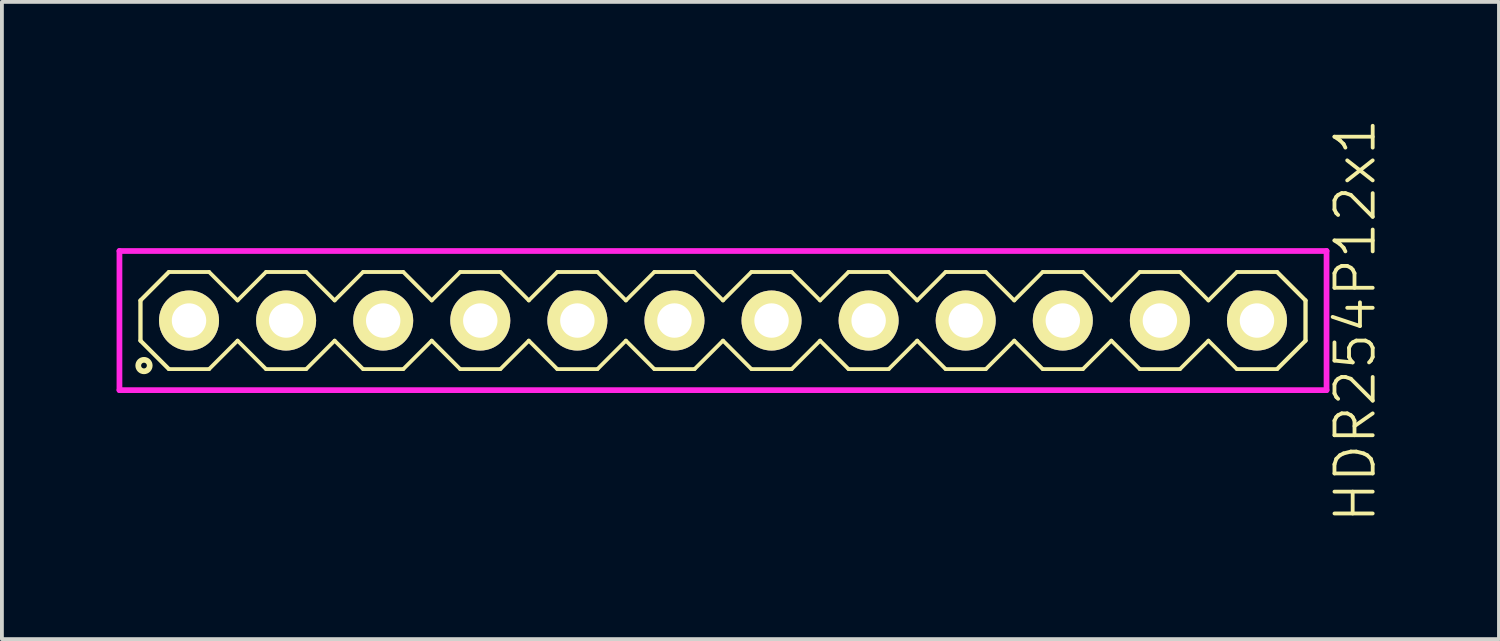
<source format=kicad_pcb>
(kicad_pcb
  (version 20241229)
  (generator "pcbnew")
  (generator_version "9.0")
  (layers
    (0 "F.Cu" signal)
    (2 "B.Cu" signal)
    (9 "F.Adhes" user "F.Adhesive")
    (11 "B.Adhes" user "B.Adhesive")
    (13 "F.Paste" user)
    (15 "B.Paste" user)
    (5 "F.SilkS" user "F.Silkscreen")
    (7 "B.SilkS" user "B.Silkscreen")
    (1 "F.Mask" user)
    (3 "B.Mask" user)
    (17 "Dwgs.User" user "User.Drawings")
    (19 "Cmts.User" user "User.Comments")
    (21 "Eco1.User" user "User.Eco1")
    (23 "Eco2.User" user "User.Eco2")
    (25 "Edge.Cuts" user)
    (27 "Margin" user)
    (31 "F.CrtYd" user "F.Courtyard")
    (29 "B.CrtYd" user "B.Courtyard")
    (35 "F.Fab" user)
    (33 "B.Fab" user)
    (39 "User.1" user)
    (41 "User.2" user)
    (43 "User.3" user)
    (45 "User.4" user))
  (footprint "HDR254P12x1"
    (layer "F.Cu")
    (at 15.865 5.336)
    (property "Reference" "HDR254P12x1" (at 16.54 0 90) (layer "F.SilkS") (effects (font (size 1 1) (thickness 0.1))))
    (attr through_hole)
    (fp_line (start -15.24 -0.526) (end -14.496 -1.27) (stroke (width 0.1) (type solid)) (layer "F.SilkS"))
    (fp_line (start -15.24 -0.526) (end -14.496 -1.27) (stroke (width 0.1) (type solid)) (layer "F.SilkS"))
    (fp_line (start -15.24 0.526) (end -15.24 -0.526) (stroke (width 0.1) (type solid)) (layer "F.SilkS"))
    (fp_line (start -15.24 0.526) (end -15.24 -0.526) (stroke (width 0.1) (type solid)) (layer "F.SilkS"))
    (fp_line (start -14.496 -1.27) (end -13.444 -1.27) (stroke (width 0.1) (type solid)) (layer "F.SilkS"))
    (fp_line (start -14.496 1.27) (end -15.24 0.526) (stroke (width 0.1) (type solid)) (layer "F.SilkS"))
    (fp_line (start -14.496 1.27) (end -15.24 0.526) (stroke (width 0.1) (type solid)) (layer "F.SilkS"))
    (fp_line (start -13.444 -1.27) (end -12.7 -0.526) (stroke (width 0.1) (type solid)) (layer "F.SilkS"))
    (fp_line (start -13.444 1.27) (end -14.496 1.27) (stroke (width 0.1) (type solid)) (layer "F.SilkS"))
    (fp_line (start -12.7 -0.526) (end -11.956 -1.27) (stroke (width 0.1) (type solid)) (layer "F.SilkS"))
    (fp_line (start -12.7 0.526) (end -13.444 1.27) (stroke (width 0.1) (type solid)) (layer "F.SilkS"))
    (fp_line (start -11.956 -1.27) (end -10.904 -1.27) (stroke (width 0.1) (type solid)) (layer "F.SilkS"))
    (fp_line (start -11.956 1.27) (end -12.7 0.526) (stroke (width 0.1) (type solid)) (layer "F.SilkS"))
    (fp_line (start -10.904 -1.27) (end -10.16 -0.526) (stroke (width 0.1) (type solid)) (layer "F.SilkS"))
    (fp_line (start -10.904 1.27) (end -11.956 1.27) (stroke (width 0.1) (type solid)) (layer "F.SilkS"))
    (fp_line (start -10.16 -0.526) (end -9.416 -1.27) (stroke (width 0.1) (type solid)) (layer "F.SilkS"))
    (fp_line (start -10.16 0.526) (end -10.904 1.27) (stroke (width 0.1) (type solid)) (layer "F.SilkS"))
    (fp_line (start -9.416 -1.27) (end -8.364 -1.27) (stroke (width 0.1) (type solid)) (layer "F.SilkS"))
    (fp_line (start -9.416 1.27) (end -10.16 0.526) (stroke (width 0.1) (type solid)) (layer "F.SilkS"))
    (fp_line (start -8.364 -1.27) (end -7.62 -0.526) (stroke (width 0.1) (type solid)) (layer "F.SilkS"))
    (fp_line (start -8.364 1.27) (end -9.416 1.27) (stroke (width 0.1) (type solid)) (layer "F.SilkS"))
    (fp_line (start -7.62 -0.526) (end -6.876 -1.27) (stroke (width 0.1) (type solid)) (layer "F.SilkS"))
    (fp_line (start -7.62 0.526) (end -8.364 1.27) (stroke (width 0.1) (type solid)) (layer "F.SilkS"))
    (fp_line (start -6.876 -1.27) (end -5.824 -1.27) (stroke (width 0.1) (type solid)) (layer "F.SilkS"))
    (fp_line (start -6.876 1.27) (end -7.62 0.526) (stroke (width 0.1) (type solid)) (layer "F.SilkS"))
    (fp_line (start -5.824 -1.27) (end -5.08 -0.526) (stroke (width 0.1) (type solid)) (layer "F.SilkS"))
    (fp_line (start -5.824 1.27) (end -6.876 1.27) (stroke (width 0.1) (type solid)) (layer "F.SilkS"))
    (fp_line (start -5.08 -0.526) (end -4.336 -1.27) (stroke (width 0.1) (type solid)) (layer "F.SilkS"))
    (fp_line (start -5.08 0.526) (end -5.824 1.27) (stroke (width 0.1) (type solid)) (layer "F.SilkS"))
    (fp_line (start -4.336 -1.27) (end -3.284 -1.27) (stroke (width 0.1) (type solid)) (layer "F.SilkS"))
    (fp_line (start -4.336 1.27) (end -5.08 0.526) (stroke (width 0.1) (type solid)) (layer "F.SilkS"))
    (fp_line (start -3.284 -1.27) (end -2.54 -0.526) (stroke (width 0.1) (type solid)) (layer "F.SilkS"))
    (fp_line (start -3.284 1.27) (end -4.336 1.27) (stroke (width 0.1) (type solid)) (layer "F.SilkS"))
    (fp_line (start -2.54 -0.526) (end -1.796 -1.27) (stroke (width 0.1) (type solid)) (layer "F.SilkS"))
    (fp_line (start -2.54 0.526) (end -3.284 1.27) (stroke (width 0.1) (type solid)) (layer "F.SilkS"))
    (fp_line (start -1.796 -1.27) (end -0.744 -1.27) (stroke (width 0.1) (type solid)) (layer "F.SilkS"))
    (fp_line (start -1.796 1.27) (end -2.54 0.526) (stroke (width 0.1) (type solid)) (layer "F.SilkS"))
    (fp_line (start -0.744 -1.27) (end 0 -0.526) (stroke (width 0.1) (type solid)) (layer "F.SilkS"))
    (fp_line (start -0.744 1.27) (end -1.796 1.27) (stroke (width 0.1) (type solid)) (layer "F.SilkS"))
    (fp_line (start 0 -0.526) (end 0.744 -1.27) (stroke (width 0.1) (type solid)) (layer "F.SilkS"))
    (fp_line (start 0 0.526) (end -0.744 1.27) (stroke (width 0.1) (type solid)) (layer "F.SilkS"))
    (fp_line (start 0.744 -1.27) (end 1.796 -1.27) (stroke (width 0.1) (type solid)) (layer "F.SilkS"))
    (fp_line (start 0.744 1.27) (end 0 0.526) (stroke (width 0.1) (type solid)) (layer "F.SilkS"))
    (fp_line (start 1.796 -1.27) (end 2.54 -0.526) (stroke (width 0.1) (type solid)) (layer "F.SilkS"))
    (fp_line (start 1.796 1.27) (end 0.744 1.27) (stroke (width 0.1) (type solid)) (layer "F.SilkS"))
    (fp_line (start 2.54 -0.526) (end 3.284 -1.27) (stroke (width 0.1) (type solid)) (layer "F.SilkS"))
    (fp_line (start 2.54 0.526) (end 1.796 1.27) (stroke (width 0.1) (type solid)) (layer "F.SilkS"))
    (fp_line (start 3.284 -1.27) (end 4.336 -1.27) (stroke (width 0.1) (type solid)) (layer "F.SilkS"))
    (fp_line (start 3.284 1.27) (end 2.54 0.526) (stroke (width 0.1) (type solid)) (layer "F.SilkS"))
    (fp_line (start 4.336 -1.27) (end 5.08 -0.526) (stroke (width 0.1) (type solid)) (layer "F.SilkS"))
    (fp_line (start 4.336 1.27) (end 3.284 1.27) (stroke (width 0.1) (type solid)) (layer "F.SilkS"))
    (fp_line (start 5.08 -0.526) (end 5.824 -1.27) (stroke (width 0.1) (type solid)) (layer "F.SilkS"))
    (fp_line (start 5.08 0.526) (end 4.336 1.27) (stroke (width 0.1) (type solid)) (layer "F.SilkS"))
    (fp_line (start 5.824 -1.27) (end 6.876 -1.27) (stroke (width 0.1) (type solid)) (layer "F.SilkS"))
    (fp_line (start 5.824 1.27) (end 5.08 0.526) (stroke (width 0.1) (type solid)) (layer "F.SilkS"))
    (fp_line (start 6.876 -1.27) (end 7.62 -0.526) (stroke (width 0.1) (type solid)) (layer "F.SilkS"))
    (fp_line (start 6.876 1.27) (end 5.824 1.27) (stroke (width 0.1) (type solid)) (layer "F.SilkS"))
    (fp_line (start 7.62 -0.526) (end 8.364 -1.27) (stroke (width 0.1) (type solid)) (layer "F.SilkS"))
    (fp_line (start 7.62 0.526) (end 6.876 1.27) (stroke (width 0.1) (type solid)) (layer "F.SilkS"))
    (fp_line (start 8.364 -1.27) (end 9.416 -1.27) (stroke (width 0.1) (type solid)) (layer "F.SilkS"))
    (fp_line (start 8.364 1.27) (end 7.62 0.526) (stroke (width 0.1) (type solid)) (layer "F.SilkS"))
    (fp_line (start 9.416 -1.27) (end 10.16 -0.526) (stroke (width 0.1) (type solid)) (layer "F.SilkS"))
    (fp_line (start 9.416 1.27) (end 8.364 1.27) (stroke (width 0.1) (type solid)) (layer "F.SilkS"))
    (fp_line (start 10.16 -0.526) (end 10.904 -1.27) (stroke (width 0.1) (type solid)) (layer "F.SilkS"))
    (fp_line (start 10.16 0.526) (end 9.416 1.27) (stroke (width 0.1) (type solid)) (layer "F.SilkS"))
    (fp_line (start 10.904 -1.27) (end 11.956 -1.27) (stroke (width 0.1) (type solid)) (layer "F.SilkS"))
    (fp_line (start 10.904 1.27) (end 10.16 0.526) (stroke (width 0.1) (type solid)) (layer "F.SilkS"))
    (fp_line (start 11.956 -1.27) (end 12.7 -0.526) (stroke (width 0.1) (type solid)) (layer "F.SilkS"))
    (fp_line (start 11.956 1.27) (end 10.904 1.27) (stroke (width 0.1) (type solid)) (layer "F.SilkS"))
    (fp_line (start 12.7 -0.526) (end 13.444 -1.27) (stroke (width 0.1) (type solid)) (layer "F.SilkS"))
    (fp_line (start 12.7 0.526) (end 11.956 1.27) (stroke (width 0.1) (type solid)) (layer "F.SilkS"))
    (fp_line (start 13.444 -1.27) (end 14.496 -1.27) (stroke (width 0.1) (type solid)) (layer "F.SilkS"))
    (fp_line (start 13.444 1.27) (end 12.7 0.526) (stroke (width 0.1) (type solid)) (layer "F.SilkS"))
    (fp_line (start 14.496 -1.27) (end 15.24 -0.526) (stroke (width 0.1) (type solid)) (layer "F.SilkS"))
    (fp_line (start 14.496 -1.27) (end 15.24 -0.526) (stroke (width 0.1) (type solid)) (layer "F.SilkS"))
    (fp_line (start 14.496 1.27) (end 13.444 1.27) (stroke (width 0.1) (type solid)) (layer "F.SilkS"))
    (fp_line (start 15.24 -0.526) (end 15.24 0.526) (stroke (width 0.1) (type solid)) (layer "F.SilkS"))
    (fp_line (start 15.24 -0.526) (end 15.24 0.526) (stroke (width 0.1) (type solid)) (layer "F.SilkS"))
    (fp_line (start 15.24 0.526) (end 14.496 1.27) (stroke (width 0.1) (type solid)) (layer "F.SilkS"))
    (fp_line (start 15.24 0.526) (end 14.496 1.27) (stroke (width 0.1) (type solid)) (layer "F.SilkS"))
    (fp_circle (center -15.148 1.178) (end -14.998 1.178) (stroke (width 0.15) (type solid)) (fill no) (layer "F.SilkS"))
    (fp_line (start -15.79 -1.82) (end -15.79 1.82) (stroke (width 0.15) (type solid)) (layer "F.CrtYd"))
    (fp_line (start -15.79 1.82) (end 15.79 1.82) (stroke (width 0.15) (type solid)) (layer "F.CrtYd"))
    (fp_line (start 15.79 -1.82) (end -15.79 -1.82) (stroke (width 0.15) (type solid)) (layer "F.CrtYd"))
    (fp_line (start 15.79 1.82) (end 15.79 -1.82) (stroke (width 0.15) (type solid)) (layer "F.CrtYd"))
    (pad "1" thru_hole oval (at -13.97 0) (size 1.57 1.57) (drill 0.9) (layers "*.Cu" "*.Mask" "F.SilkS"))
    (pad "2" thru_hole oval (at -11.43 0) (size 1.57 1.57) (drill 0.9) (layers "*.Cu" "*.Mask" "F.SilkS"))
    (pad "3" thru_hole oval (at -8.89 0) (size 1.57 1.57) (drill 0.9) (layers "*.Cu" "*.Mask" "F.SilkS"))
    (pad "4" thru_hole oval (at -6.35 0) (size 1.57 1.57) (drill 0.9) (layers "*.Cu" "*.Mask" "F.SilkS"))
    (pad "5" thru_hole oval (at -3.81 0) (size 1.57 1.57) (drill 0.9) (layers "*.Cu" "*.Mask" "F.SilkS"))
    (pad "6" thru_hole oval (at -1.27 0) (size 1.57 1.57) (drill 0.9) (layers "*.Cu" "*.Mask" "F.SilkS"))
    (pad "7" thru_hole oval (at 1.27 0) (size 1.57 1.57) (drill 0.9) (layers "*.Cu" "*.Mask" "F.SilkS"))
    (pad "8" thru_hole oval (at 3.81 0) (size 1.57 1.57) (drill 0.9) (layers "*.Cu" "*.Mask" "F.SilkS"))
    (pad "9" thru_hole oval (at 6.35 0) (size 1.57 1.57) (drill 0.9) (layers "*.Cu" "*.Mask" "F.SilkS"))
    (pad "10" thru_hole oval (at 8.89 0) (size 1.57 1.57) (drill 0.9) (layers "*.Cu" "*.Mask" "F.SilkS"))
    (pad "11" thru_hole oval (at 11.43 0) (size 1.57 1.57) (drill 0.9) (layers "*.Cu" "*.Mask" "F.SilkS"))
    (pad "12" thru_hole oval (at 13.97 0) (size 1.57 1.57) (drill 0.9) (layers "*.Cu" "*.Mask" "F.SilkS")))
  (gr_rect
    (start -3 -3)
    (end 36.166 13.671)
    (stroke (width 0.1) (type default))
    (fill no)
    (layer "Edge.Cuts")))
</source>
